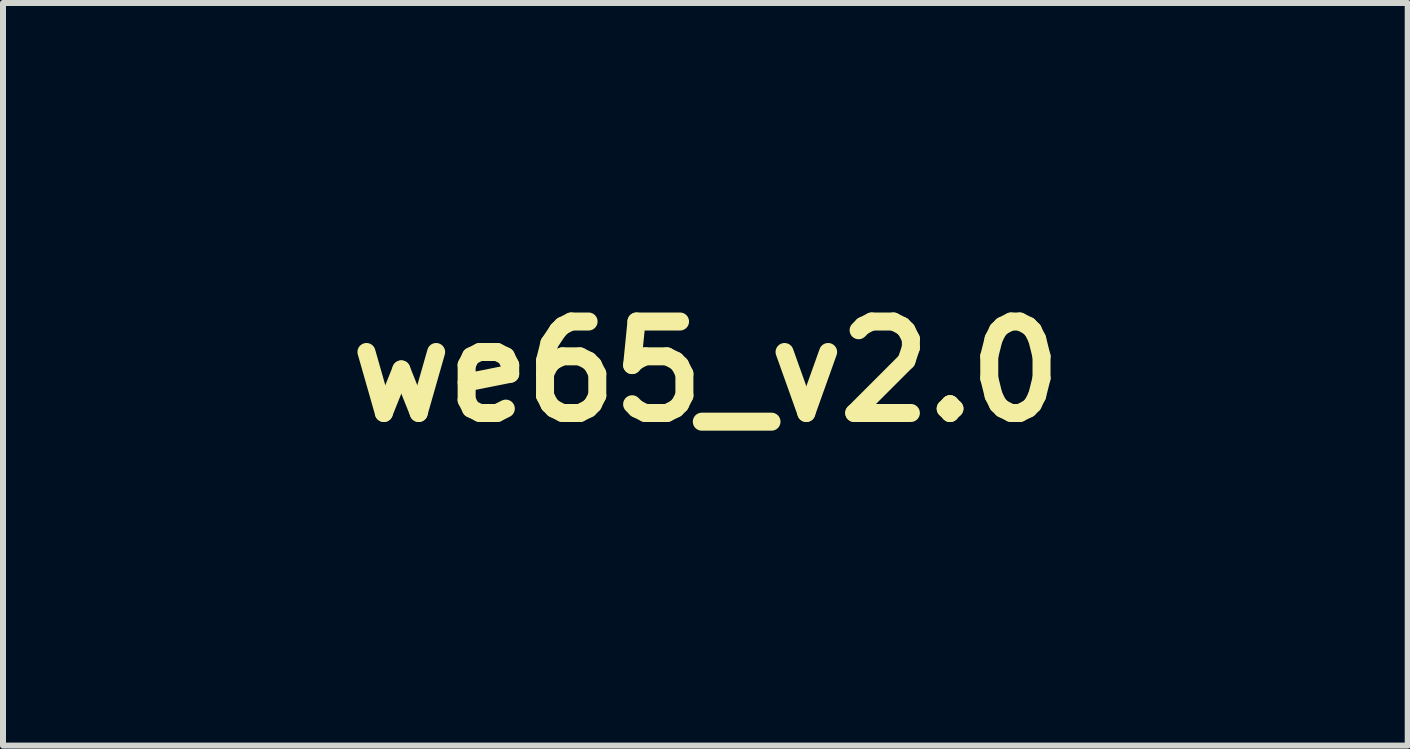
<source format=kicad_pcb>
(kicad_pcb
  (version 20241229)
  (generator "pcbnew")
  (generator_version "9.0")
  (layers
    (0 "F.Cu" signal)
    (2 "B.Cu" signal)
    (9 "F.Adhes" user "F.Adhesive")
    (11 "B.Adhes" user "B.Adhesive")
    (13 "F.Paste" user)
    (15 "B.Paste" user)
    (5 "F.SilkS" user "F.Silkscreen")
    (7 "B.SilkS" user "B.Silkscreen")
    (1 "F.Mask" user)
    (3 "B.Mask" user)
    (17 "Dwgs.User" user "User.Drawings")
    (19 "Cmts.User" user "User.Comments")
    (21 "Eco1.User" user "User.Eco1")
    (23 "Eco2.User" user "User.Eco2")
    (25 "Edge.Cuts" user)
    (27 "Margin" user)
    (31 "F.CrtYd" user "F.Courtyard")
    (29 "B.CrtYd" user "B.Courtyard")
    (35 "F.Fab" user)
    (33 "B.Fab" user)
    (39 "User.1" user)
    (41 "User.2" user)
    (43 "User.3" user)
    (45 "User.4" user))
  (footprint "we65_v2.0"
    (layer "F.Cu")
    (at 8.717 3.142)
    (property "Reference" "we65_v2.0" (at 0 0 0) (layer "F.SilkS") (effects (font (size 1.524 1.524) (thickness 0.3))))
    (attr through_hole)
    (fp_poly (pts (xy 6.061 0.11) (xy 6.099 0.141) (xy 6.129 0.202) (xy 6.119 0.263) (xy 6.077 0.308) (xy 6.028 0.323) (xy 5.968 0.319) (xy 5.929 0.301) (xy 5.901 0.245) (xy 5.908 0.182) (xy 5.941 0.127) (xy 5.995 0.096) (xy 6.014 0.094) (xy 6.061 0.11)) (stroke (width 0.01) (type solid)) (fill yes) (layer "F.Mask"))
    (fp_poly (pts (xy -6.475 1.939) (xy -6.421 1.987) (xy -6.394 2.054) (xy -6.4 2.125) (xy -6.442 2.19) (xy -6.453 2.199) (xy -6.527 2.24) (xy -6.594 2.238) (xy -6.661 2.19) (xy -6.661 2.19) (xy -6.709 2.123) (xy -6.712 2.056) (xy -6.67 1.981) (xy -6.67 1.981) (xy -6.606 1.93) (xy -6.553 1.92) (xy -6.475 1.939)) (stroke (width 0.01) (type solid)) (fill yes) (layer "F.Mask"))
    (fp_poly (pts (xy -0.428 1.434) (xy -0.176 1.685) (xy -0.421 1.931) (xy -0.508 2.017) (xy -0.583 2.091) (xy -0.64 2.145) (xy -0.673 2.174) (xy -0.679 2.177) (xy -0.699 2.161) (xy -0.746 2.118) (xy -0.813 2.053) (xy -0.895 1.972) (xy -0.937 1.931) (xy -1.182 1.685) (xy -0.93 1.434) (xy -0.679 1.182) (xy -0.428 1.434)) (stroke (width 0.01) (type solid)) (fill yes) (layer "F.Mask"))
    (fp_poly (pts (xy 6.363 -0.729) (xy 6.445 -0.671) (xy 6.482 -0.616) (xy 6.507 -0.521) (xy 6.493 -0.423) (xy 6.445 -0.336) (xy 6.369 -0.274) (xy 6.355 -0.267) (xy 6.283 -0.242) (xy 6.228 -0.239) (xy 6.165 -0.258) (xy 6.142 -0.268) (xy 6.056 -0.328) (xy 6.006 -0.412) (xy 5.993 -0.513) (xy 6.022 -0.62) (xy 6.028 -0.633) (xy 6.078 -0.7) (xy 6.145 -0.737) (xy 6.243 -0.749) (xy 6.255 -0.749) (xy 6.363 -0.729)) (stroke (width 0.01) (type solid)) (fill yes) (layer "F.Mask"))
    (fp_poly (pts (xy -0.957 -1.506) (xy -0.836 -1.47) (xy -0.729 -1.403) (xy -0.643 -1.309) (xy -0.584 -1.191) (xy -0.562 -1.053) (xy -0.562 -1.045) (xy -0.584 -0.911) (xy -0.645 -0.785) (xy -0.737 -0.678) (xy -0.824 -0.618) (xy -0.903 -0.594) (xy -1.005 -0.585) (xy -1.113 -0.59) (xy -1.207 -0.609) (xy -1.252 -0.629) (xy -1.37 -0.726) (xy -1.449 -0.842) (xy -1.49 -0.97) (xy -1.491 -1.103) (xy -1.452 -1.233) (xy -1.373 -1.352) (xy -1.327 -1.398) (xy -1.209 -1.474) (xy -1.084 -1.509) (xy -0.957 -1.506)) (stroke (width 0.01) (type solid)) (fill yes) (layer "F.Mask"))
    (fp_poly (pts (xy -7.163 1.129) (xy -7.052 1.146) (xy -6.971 1.178) (xy -6.911 1.23) (xy -6.864 1.305) (xy -6.857 1.32) (xy -6.82 1.44) (xy -6.825 1.55) (xy -6.874 1.653) (xy -6.966 1.753) (xy -7.064 1.826) (xy -7.222 1.931) (xy -7.017 1.938) (xy -6.812 1.945) (xy -6.812 2.224) (xy -7.111 2.222) (xy -7.229 2.22) (xy -7.333 2.216) (xy -7.413 2.209) (xy -7.457 2.202) (xy -7.459 2.201) (xy -7.529 2.151) (xy -7.583 2.073) (xy -7.608 1.988) (xy -7.608 1.976) (xy -7.6 1.919) (xy -7.572 1.864) (xy -7.519 1.804) (xy -7.436 1.734) (xy -7.327 1.655) (xy -7.222 1.572) (xy -7.16 1.505) (xy -7.142 1.453) (xy -7.169 1.415) (xy -7.241 1.391) (xy -7.357 1.382) (xy -7.39 1.381) (xy -7.561 1.381) (xy -7.561 1.124) (xy -7.313 1.124) (xy -7.163 1.129)) (stroke (width 0.01) (type solid)) (fill yes) (layer "F.Mask"))
    (fp_poly (pts (xy 1.498 1.129) (xy 1.61 1.146) (xy 1.691 1.178) (xy 1.751 1.23) (xy 1.798 1.305) (xy 1.805 1.32) (xy 1.842 1.44) (xy 1.836 1.55) (xy 1.788 1.653) (xy 1.695 1.753) (xy 1.598 1.826) (xy 1.44 1.931) (xy 1.645 1.938) (xy 1.849 1.945) (xy 1.849 2.224) (xy 1.551 2.222) (xy 1.433 2.22) (xy 1.329 2.216) (xy 1.249 2.209) (xy 1.205 2.202) (xy 1.203 2.201) (xy 1.133 2.151) (xy 1.079 2.073) (xy 1.054 1.988) (xy 1.053 1.976) (xy 1.062 1.919) (xy 1.089 1.864) (xy 1.142 1.804) (xy 1.226 1.734) (xy 1.334 1.655) (xy 1.44 1.572) (xy 1.502 1.505) (xy 1.519 1.453) (xy 1.493 1.415) (xy 1.421 1.391) (xy 1.305 1.382) (xy 1.271 1.381) (xy 1.1 1.381) (xy 1.1 1.124) (xy 1.349 1.124) (xy 1.498 1.129)) (stroke (width 0.01) (type solid)) (fill yes) (layer "F.Mask"))
    (fp_poly (pts (xy 3.488 1.129) (xy 3.599 1.146) (xy 3.681 1.178) (xy 3.741 1.23) (xy 3.787 1.305) (xy 3.795 1.32) (xy 3.831 1.44) (xy 3.826 1.55) (xy 3.778 1.653) (xy 3.685 1.753) (xy 3.588 1.826) (xy 3.43 1.931) (xy 3.634 1.938) (xy 3.839 1.945) (xy 3.839 2.224) (xy 3.541 2.222) (xy 3.423 2.22) (xy 3.319 2.216) (xy 3.239 2.209) (xy 3.194 2.202) (xy 3.193 2.201) (xy 3.122 2.151) (xy 3.068 2.073) (xy 3.044 1.988) (xy 3.043 1.976) (xy 3.051 1.919) (xy 3.079 1.864) (xy 3.132 1.804) (xy 3.216 1.734) (xy 3.324 1.655) (xy 3.43 1.572) (xy 3.492 1.505) (xy 3.509 1.453) (xy 3.482 1.415) (xy 3.411 1.391) (xy 3.295 1.382) (xy 3.261 1.381) (xy 3.09 1.381) (xy 3.09 1.124) (xy 3.339 1.124) (xy 3.488 1.129)) (stroke (width 0.01) (type solid)) (fill yes) (layer "F.Mask"))
    (fp_poly (pts (xy 6.333 -1.598) (xy 6.485 -1.579) (xy 6.608 -1.548) (xy 6.794 -1.463) (xy 6.964 -1.346) (xy 7.107 -1.202) (xy 7.214 -1.04) (xy 7.236 -0.995) (xy 7.267 -0.886) (xy 7.257 -0.795) (xy 7.21 -0.728) (xy 7.128 -0.688) (xy 7.054 -0.68) (xy 6.982 -0.686) (xy 6.934 -0.713) (xy 6.906 -0.743) (xy 6.862 -0.802) (xy 6.809 -0.876) (xy 6.788 -0.907) (xy 6.686 -1.02) (xy 6.556 -1.103) (xy 6.397 -1.159) (xy 6.311 -1.179) (xy 6.248 -1.185) (xy 6.183 -1.177) (xy 6.104 -1.157) (xy 5.98 -1.125) (xy 5.89 -1.108) (xy 5.825 -1.107) (xy 5.777 -1.121) (xy 5.735 -1.15) (xy 5.729 -1.156) (xy 5.68 -1.229) (xy 5.664 -1.319) (xy 5.681 -1.406) (xy 5.706 -1.449) (xy 5.781 -1.507) (xy 5.89 -1.552) (xy 6.025 -1.583) (xy 6.176 -1.599) (xy 6.333 -1.598)) (stroke (width 0.01) (type solid)) (fill yes) (layer "F.Mask"))
    (fp_poly (pts (xy 8.273 -0.115) (xy 8.352 -0.113) (xy 8.409 -0.108) (xy 8.449 -0.101) (xy 8.479 -0.091) (xy 8.504 -0.077) (xy 8.522 -0.065) (xy 8.611 0.019) (xy 8.664 0.121) (xy 8.681 0.232) (xy 8.662 0.342) (xy 8.609 0.441) (xy 8.521 0.519) (xy 8.486 0.538) (xy 8.451 0.554) (xy 8.412 0.565) (xy 8.363 0.574) (xy 8.297 0.579) (xy 8.208 0.583) (xy 8.087 0.585) (xy 7.929 0.585) (xy 7.863 0.585) (xy 7.692 0.585) (xy 7.561 0.584) (xy 7.462 0.581) (xy 7.39 0.577) (xy 7.337 0.57) (xy 7.297 0.56) (xy 7.261 0.546) (xy 7.235 0.533) (xy 7.135 0.458) (xy 7.072 0.363) (xy 7.046 0.253) (xy 7.059 0.139) (xy 7.111 0.028) (xy 7.175 -0.047) (xy 7.237 -0.105) (xy 7.839 -0.112) (xy 8.022 -0.114) (xy 8.165 -0.115) (xy 8.273 -0.115)) (stroke (width 0.01) (type solid)) (fill yes) (layer "F.Mask"))
    (fp_poly (pts (xy 7.4 1.403) (xy 7.525 1.464) (xy 7.626 1.557) (xy 7.672 1.626) (xy 7.699 1.715) (xy 7.707 1.824) (xy 7.696 1.931) (xy 7.671 2.005) (xy 7.593 2.108) (xy 7.484 2.188) (xy 7.357 2.235) (xy 7.257 2.246) (xy 7.197 2.238) (xy 7.122 2.218) (xy 7.108 2.213) (xy 6.986 2.147) (xy 6.896 2.052) (xy 6.839 1.937) (xy 6.82 1.817) (xy 7.117 1.817) (xy 7.137 1.888) (xy 7.188 1.939) (xy 7.257 1.963) (xy 7.329 1.954) (xy 7.358 1.937) (xy 7.4 1.879) (xy 7.413 1.804) (xy 7.394 1.73) (xy 7.381 1.711) (xy 7.32 1.667) (xy 7.251 1.66) (xy 7.186 1.685) (xy 7.137 1.737) (xy 7.117 1.812) (xy 7.117 1.817) (xy 6.82 1.817) (xy 6.818 1.809) (xy 6.838 1.679) (xy 6.885 1.577) (xy 6.946 1.511) (xy 7.037 1.451) (xy 7.141 1.405) (xy 7.241 1.382) (xy 7.262 1.381) (xy 7.4 1.403)) (stroke (width 0.01) (type solid)) (fill yes) (layer "F.Mask"))
    (fp_poly (pts (xy 4.778 -0.064) (xy 4.867 0.02) (xy 4.919 0.122) (xy 4.935 0.233) (xy 4.916 0.342) (xy 4.862 0.441) (xy 4.774 0.52) (xy 4.741 0.538) (xy 4.73 0.543) (xy 4.719 0.548) (xy 4.705 0.552) (xy 4.686 0.555) (xy 4.66 0.559) (xy 4.627 0.562) (xy 4.585 0.565) (xy 4.531 0.568) (xy 4.464 0.57) (xy 4.383 0.572) (xy 4.286 0.574) (xy 4.171 0.576) (xy 4.036 0.577) (xy 3.881 0.579) (xy 3.702 0.58) (xy 3.5 0.581) (xy 3.271 0.582) (xy 3.015 0.583) (xy 2.729 0.583) (xy 2.413 0.584) (xy 2.064 0.584) (xy 1.68 0.585) (xy 1.261 0.585) (xy 0.804 0.585) (xy 0.309 0.585) (xy -0.228 0.585) (xy -0.807 0.585) (xy -1.431 0.585) (xy -1.852 0.585) (xy -8.347 0.585) (xy -8.45 0.533) (xy -8.55 0.458) (xy -8.613 0.363) (xy -8.639 0.253) (xy -8.626 0.139) (xy -8.574 0.028) (xy -8.51 -0.047) (xy -8.447 -0.105) (xy 4.698 -0.117) (xy 4.778 -0.064)) (stroke (width 0.01) (type solid)) (fill yes) (layer "F.Mask"))
    (fp_poly (pts (xy 6.476 -3.016) (xy 6.644 -2.997) (xy 6.955 -2.926) (xy 7.255 -2.815) (xy 7.54 -2.669) (xy 7.805 -2.49) (xy 8.043 -2.284) (xy 8.251 -2.053) (xy 8.422 -1.801) (xy 8.512 -1.629) (xy 8.55 -1.527) (xy 8.558 -1.449) (xy 8.535 -1.38) (xy 8.504 -1.337) (xy 8.444 -1.295) (xy 8.361 -1.275) (xy 8.278 -1.28) (xy 8.245 -1.292) (xy 8.208 -1.325) (xy 8.161 -1.388) (xy 8.114 -1.467) (xy 8.111 -1.473) (xy 7.95 -1.73) (xy 7.752 -1.962) (xy 7.523 -2.165) (xy 7.267 -2.333) (xy 6.99 -2.463) (xy 6.883 -2.501) (xy 6.583 -2.572) (xy 6.279 -2.6) (xy 5.974 -2.583) (xy 5.677 -2.521) (xy 5.485 -2.456) (xy 5.369 -2.414) (xy 5.285 -2.394) (xy 5.221 -2.395) (xy 5.168 -2.419) (xy 5.125 -2.456) (xy 5.067 -2.538) (xy 5.055 -2.619) (xy 5.088 -2.697) (xy 5.166 -2.771) (xy 5.279 -2.834) (xy 5.483 -2.909) (xy 5.718 -2.967) (xy 5.971 -3.005) (xy 6.228 -3.022) (xy 6.476 -3.016)) (stroke (width 0.01) (type solid)) (fill yes) (layer "F.Mask"))
    (fp_poly (pts (xy 6.344 -2.311) (xy 6.628 -2.274) (xy 6.897 -2.196) (xy 7.153 -2.074) (xy 7.367 -1.935) (xy 7.478 -1.842) (xy 7.588 -1.73) (xy 7.69 -1.607) (xy 7.78 -1.482) (xy 7.851 -1.362) (xy 7.897 -1.255) (xy 7.913 -1.174) (xy 7.892 -1.09) (xy 7.838 -1.023) (xy 7.762 -0.98) (xy 7.677 -0.969) (xy 7.609 -0.989) (xy 7.569 -1.024) (xy 7.519 -1.087) (xy 7.469 -1.164) (xy 7.323 -1.379) (xy 7.151 -1.556) (xy 6.95 -1.697) (xy 6.716 -1.805) (xy 6.699 -1.811) (xy 6.601 -1.845) (xy 6.52 -1.866) (xy 6.44 -1.877) (xy 6.344 -1.882) (xy 6.239 -1.882) (xy 6.11 -1.879) (xy 6.011 -1.871) (xy 5.927 -1.855) (xy 5.839 -1.83) (xy 5.806 -1.818) (xy 5.711 -1.788) (xy 5.623 -1.766) (xy 5.559 -1.756) (xy 5.553 -1.756) (xy 5.468 -1.776) (xy 5.405 -1.828) (xy 5.368 -1.901) (xy 5.363 -1.984) (xy 5.393 -2.066) (xy 5.414 -2.093) (xy 5.493 -2.154) (xy 5.61 -2.208) (xy 5.755 -2.253) (xy 5.922 -2.287) (xy 6.099 -2.308) (xy 6.279 -2.313) (xy 6.344 -2.311)) (stroke (width 0.01) (type solid)) (fill yes) (layer "F.Mask"))
    (fp_poly (pts (xy 3.652 -2.506) (xy 3.178 -2.5) (xy 2.704 -2.493) (xy 2.697 -2.374) (xy 2.69 -2.254) (xy 2.946 -2.242) (xy 3.075 -2.234) (xy 3.171 -2.222) (xy 3.248 -2.203) (xy 3.321 -2.175) (xy 3.332 -2.17) (xy 3.497 -2.071) (xy 3.632 -1.941) (xy 3.73 -1.785) (xy 3.733 -1.776) (xy 3.765 -1.702) (xy 3.783 -1.64) (xy 3.791 -1.573) (xy 3.79 -1.485) (xy 3.788 -1.419) (xy 3.77 -1.251) (xy 3.729 -1.114) (xy 3.66 -0.994) (xy 3.557 -0.877) (xy 3.537 -0.859) (xy 3.474 -0.801) (xy 3.416 -0.754) (xy 3.359 -0.718) (xy 3.296 -0.69) (xy 3.221 -0.67) (xy 3.127 -0.657) (xy 3.009 -0.648) (xy 2.861 -0.642) (xy 2.675 -0.639) (xy 2.546 -0.637) (xy 1.896 -0.629) (xy 1.896 -1.264) (xy 2.384 -1.264) (xy 2.575 -1.265) (xy 2.725 -1.269) (xy 2.839 -1.276) (xy 2.922 -1.288) (xy 2.98 -1.305) (xy 3.018 -1.327) (xy 3.042 -1.356) (xy 3.044 -1.359) (xy 3.068 -1.444) (xy 3.053 -1.527) (xy 3.005 -1.59) (xy 2.981 -1.607) (xy 2.954 -1.619) (xy 2.915 -1.628) (xy 2.859 -1.633) (xy 2.778 -1.637) (xy 2.666 -1.638) (xy 2.516 -1.639) (xy 2.467 -1.639) (xy 1.99 -1.639) (xy 1.99 -3.137) (xy 3.652 -3.137) (xy 3.652 -2.506)) (stroke (width 0.01) (type solid)) (fill yes) (layer "F.Mask"))
    (fp_poly (pts (xy -7.785 1.405) (xy -7.726 1.408) (xy -7.702 1.411) (xy -7.702 1.411) (xy -7.709 1.439) (xy -7.729 1.501) (xy -7.758 1.589) (xy -7.794 1.694) (xy -7.832 1.805) (xy -7.87 1.915) (xy -7.905 2.013) (xy -7.933 2.09) (xy -7.952 2.138) (xy -7.956 2.147) (xy -8.001 2.192) (xy -8.074 2.227) (xy -8.155 2.246) (xy -8.179 2.246) (xy -8.237 2.235) (xy -8.29 2.212) (xy -8.341 2.174) (xy -8.369 2.137) (xy -8.382 2.102) (xy -8.405 2.035) (xy -8.436 1.944) (xy -8.472 1.839) (xy -8.51 1.729) (xy -8.546 1.622) (xy -8.577 1.529) (xy -8.601 1.457) (xy -8.614 1.417) (xy -8.615 1.411) (xy -8.594 1.408) (xy -8.537 1.406) (xy -8.458 1.405) (xy -8.453 1.405) (xy -8.364 1.407) (xy -8.312 1.414) (xy -8.287 1.43) (xy -8.279 1.446) (xy -8.269 1.485) (xy -8.252 1.558) (xy -8.231 1.653) (xy -8.216 1.716) (xy -8.194 1.811) (xy -8.175 1.885) (xy -8.16 1.928) (xy -8.154 1.935) (xy -8.145 1.909) (xy -8.128 1.847) (xy -8.108 1.762) (xy -8.098 1.717) (xy -8.077 1.618) (xy -8.058 1.531) (xy -8.044 1.471) (xy -8.041 1.457) (xy -8.031 1.43) (xy -8.008 1.414) (xy -7.963 1.407) (xy -7.883 1.405) (xy -7.865 1.405) (xy -7.785 1.405)) (stroke (width 0.01) (type solid)) (fill yes) (layer "F.Mask"))
    (fp_poly (pts (xy 8.579 1.405) (xy 8.637 1.408) (xy 8.662 1.411) (xy 8.662 1.411) (xy 8.654 1.439) (xy 8.635 1.501) (xy 8.605 1.589) (xy 8.57 1.694) (xy 8.531 1.805) (xy 8.493 1.915) (xy 8.459 2.013) (xy 8.43 2.09) (xy 8.412 2.138) (xy 8.408 2.147) (xy 8.363 2.192) (xy 8.29 2.227) (xy 8.208 2.246) (xy 8.184 2.246) (xy 8.127 2.235) (xy 8.073 2.212) (xy 8.023 2.174) (xy 7.995 2.137) (xy 7.982 2.102) (xy 7.958 2.035) (xy 7.927 1.944) (xy 7.891 1.839) (xy 7.854 1.729) (xy 7.818 1.622) (xy 7.787 1.529) (xy 7.763 1.457) (xy 7.75 1.417) (xy 7.749 1.411) (xy 7.77 1.408) (xy 7.827 1.406) (xy 7.906 1.405) (xy 7.911 1.405) (xy 7.999 1.407) (xy 8.051 1.414) (xy 8.077 1.43) (xy 8.085 1.446) (xy 8.095 1.485) (xy 8.112 1.558) (xy 8.133 1.653) (xy 8.147 1.716) (xy 8.169 1.811) (xy 8.189 1.885) (xy 8.204 1.928) (xy 8.209 1.935) (xy 8.219 1.909) (xy 8.235 1.847) (xy 8.255 1.762) (xy 8.265 1.717) (xy 8.287 1.618) (xy 8.306 1.531) (xy 8.319 1.471) (xy 8.322 1.457) (xy 8.333 1.43) (xy 8.355 1.414) (xy 8.401 1.407) (xy 8.48 1.405) (xy 8.498 1.405) (xy 8.579 1.405)) (stroke (width 0.01) (type solid)) (fill yes) (layer "F.Mask"))
    (fp_poly (pts (xy -2.673 -3) (xy -2.455 -2.94) (xy -2.264 -2.845) (xy -2.101 -2.717) (xy -1.969 -2.557) (xy -1.871 -2.371) (xy -1.808 -2.159) (xy -1.784 -1.925) (xy -1.793 -1.72) (xy -1.814 -1.533) (xy -2.535 -1.527) (xy -3.255 -1.521) (xy -3.22 -1.454) (xy -3.192 -1.411) (xy -3.155 -1.377) (xy -3.102 -1.351) (xy -3.028 -1.333) (xy -2.928 -1.321) (xy -2.795 -1.314) (xy -2.625 -1.311) (xy -2.504 -1.311) (xy -2.013 -1.311) (xy -2.013 -0.632) (xy -2.511 -0.634) (xy -2.707 -0.637) (xy -2.88 -0.642) (xy -3.022 -0.651) (xy -3.126 -0.661) (xy -3.16 -0.667) (xy -3.396 -0.734) (xy -3.606 -0.833) (xy -3.785 -0.962) (xy -3.932 -1.117) (xy -4.042 -1.295) (xy -4.112 -1.494) (xy -4.117 -1.517) (xy -4.138 -1.672) (xy -4.142 -1.848) (xy -4.13 -2.013) (xy -3.298 -2.013) (xy -2.574 -2.013) (xy -2.59 -2.078) (xy -2.635 -2.195) (xy -2.706 -2.276) (xy -2.809 -2.322) (xy -2.899 -2.336) (xy -3.036 -2.331) (xy -3.142 -2.29) (xy -3.22 -2.213) (xy -3.273 -2.098) (xy -3.277 -2.086) (xy -3.298 -2.013) (xy -4.13 -2.013) (xy -4.129 -2.024) (xy -4.118 -2.097) (xy -4.057 -2.306) (xy -3.957 -2.495) (xy -3.822 -2.66) (xy -3.656 -2.798) (xy -3.464 -2.906) (xy -3.25 -2.979) (xy -3.017 -3.016) (xy -2.915 -3.02) (xy -2.673 -3)) (stroke (width 0.01) (type solid)) (fill yes) (layer "F.Mask"))
    (fp_poly (pts (xy -5.629 1.119) (xy -5.513 1.169) (xy -5.419 1.25) (xy -5.404 1.269) (xy -5.382 1.304) (xy -5.367 1.34) (xy -5.357 1.386) (xy -5.352 1.454) (xy -5.35 1.55) (xy -5.349 1.664) (xy -5.35 1.792) (xy -5.352 1.883) (xy -5.357 1.945) (xy -5.367 1.989) (xy -5.383 2.023) (xy -5.407 2.058) (xy -5.412 2.064) (xy -5.475 2.129) (xy -5.55 2.182) (xy -5.564 2.19) (xy -5.664 2.222) (xy -5.78 2.239) (xy -5.892 2.237) (xy -5.954 2.225) (xy -6.054 2.175) (xy -6.146 2.098) (xy -6.21 2.01) (xy -6.212 2.005) (xy -6.231 1.95) (xy -6.243 1.874) (xy -6.249 1.767) (xy -6.25 1.668) (xy -5.946 1.668) (xy -5.945 1.764) (xy -5.938 1.826) (xy -5.922 1.868) (xy -5.896 1.902) (xy -5.889 1.909) (xy -5.839 1.948) (xy -5.797 1.966) (xy -5.794 1.966) (xy -5.753 1.951) (xy -5.703 1.913) (xy -5.699 1.909) (xy -5.67 1.874) (xy -5.653 1.835) (xy -5.644 1.778) (xy -5.642 1.69) (xy -5.642 1.668) (xy -5.647 1.544) (xy -5.666 1.459) (xy -5.7 1.407) (xy -5.754 1.384) (xy -5.794 1.381) (xy -5.86 1.392) (xy -5.905 1.426) (xy -5.932 1.492) (xy -5.945 1.594) (xy -5.946 1.668) (xy -6.25 1.668) (xy -6.25 1.659) (xy -6.249 1.538) (xy -6.244 1.452) (xy -6.235 1.391) (xy -6.218 1.342) (xy -6.197 1.301) (xy -6.119 1.208) (xy -6.013 1.143) (xy -5.89 1.106) (xy -5.758 1.098) (xy -5.629 1.119)) (stroke (width 0.01) (type solid)) (fill yes) (layer "F.Mask"))
    (fp_poly (pts (xy 2.611 1.119) (xy 2.727 1.169) (xy 2.821 1.25) (xy 2.837 1.269) (xy 2.859 1.304) (xy 2.874 1.34) (xy 2.883 1.386) (xy 2.889 1.454) (xy 2.891 1.55) (xy 2.891 1.664) (xy 2.891 1.792) (xy 2.889 1.883) (xy 2.883 1.945) (xy 2.873 1.989) (xy 2.857 2.023) (xy 2.833 2.058) (xy 2.828 2.064) (xy 2.765 2.129) (xy 2.691 2.182) (xy 2.676 2.19) (xy 2.577 2.222) (xy 2.46 2.239) (xy 2.348 2.237) (xy 2.287 2.225) (xy 2.186 2.175) (xy 2.095 2.098) (xy 2.031 2.01) (xy 2.028 2.005) (xy 2.009 1.95) (xy 1.997 1.874) (xy 1.991 1.767) (xy 1.99 1.668) (xy 2.294 1.668) (xy 2.296 1.764) (xy 2.303 1.826) (xy 2.318 1.868) (xy 2.345 1.902) (xy 2.352 1.909) (xy 2.401 1.948) (xy 2.444 1.966) (xy 2.446 1.966) (xy 2.487 1.951) (xy 2.537 1.913) (xy 2.541 1.909) (xy 2.571 1.874) (xy 2.588 1.835) (xy 2.596 1.778) (xy 2.598 1.69) (xy 2.599 1.668) (xy 2.593 1.544) (xy 2.575 1.459) (xy 2.54 1.407) (xy 2.486 1.384) (xy 2.446 1.381) (xy 2.38 1.392) (xy 2.335 1.426) (xy 2.308 1.492) (xy 2.296 1.594) (xy 2.294 1.668) (xy 1.99 1.668) (xy 1.99 1.659) (xy 1.992 1.538) (xy 1.996 1.452) (xy 2.006 1.391) (xy 2.022 1.342) (xy 2.043 1.301) (xy 2.121 1.208) (xy 2.227 1.143) (xy 2.351 1.106) (xy 2.482 1.098) (xy 2.611 1.119)) (stroke (width 0.01) (type solid)) (fill yes) (layer "F.Mask"))
    (fp_poly (pts (xy 4.601 1.119) (xy 4.717 1.169) (xy 4.811 1.25) (xy 4.826 1.269) (xy 4.848 1.304) (xy 4.864 1.34) (xy 4.873 1.386) (xy 4.878 1.454) (xy 4.881 1.55) (xy 4.881 1.664) (xy 4.881 1.792) (xy 4.879 1.883) (xy 4.873 1.945) (xy 4.863 1.989) (xy 4.847 2.023) (xy 4.823 2.058) (xy 4.818 2.064) (xy 4.755 2.129) (xy 4.681 2.182) (xy 4.666 2.19) (xy 4.566 2.222) (xy 4.45 2.239) (xy 4.338 2.237) (xy 4.277 2.225) (xy 4.176 2.175) (xy 4.085 2.098) (xy 4.02 2.01) (xy 4.018 2.005) (xy 3.999 1.95) (xy 3.987 1.874) (xy 3.981 1.767) (xy 3.98 1.668) (xy 4.284 1.668) (xy 4.286 1.764) (xy 4.293 1.826) (xy 4.308 1.868) (xy 4.335 1.902) (xy 4.342 1.909) (xy 4.391 1.948) (xy 4.434 1.966) (xy 4.436 1.966) (xy 4.477 1.951) (xy 4.527 1.913) (xy 4.531 1.909) (xy 4.56 1.874) (xy 4.578 1.835) (xy 4.586 1.778) (xy 4.588 1.69) (xy 4.588 1.668) (xy 4.583 1.544) (xy 4.564 1.459) (xy 4.53 1.407) (xy 4.476 1.384) (xy 4.436 1.381) (xy 4.37 1.392) (xy 4.325 1.426) (xy 4.298 1.492) (xy 4.286 1.594) (xy 4.284 1.668) (xy 3.98 1.668) (xy 3.98 1.659) (xy 3.981 1.538) (xy 3.986 1.452) (xy 3.996 1.391) (xy 4.012 1.342) (xy 4.033 1.301) (xy 4.111 1.208) (xy 4.217 1.143) (xy 4.341 1.106) (xy 4.472 1.098) (xy 4.601 1.119)) (stroke (width 0.01) (type solid)) (fill yes) (layer "F.Mask"))
    (fp_poly (pts (xy 5.977 1.115) (xy 6.08 1.162) (xy 6.166 1.242) (xy 6.192 1.275) (xy 6.209 1.308) (xy 6.22 1.351) (xy 6.225 1.413) (xy 6.227 1.505) (xy 6.227 1.6) (xy 6.229 1.737) (xy 6.235 1.834) (xy 6.245 1.896) (xy 6.263 1.93) (xy 6.289 1.941) (xy 6.312 1.939) (xy 6.328 1.933) (xy 6.34 1.917) (xy 6.348 1.885) (xy 6.354 1.83) (xy 6.358 1.745) (xy 6.361 1.625) (xy 6.362 1.527) (xy 6.369 1.124) (xy 6.695 1.124) (xy 6.695 1.553) (xy 6.695 1.706) (xy 6.694 1.82) (xy 6.69 1.901) (xy 6.684 1.959) (xy 6.675 2) (xy 6.661 2.032) (xy 6.642 2.062) (xy 6.576 2.133) (xy 6.484 2.194) (xy 6.385 2.235) (xy 6.31 2.246) (xy 6.239 2.237) (xy 6.16 2.217) (xy 6.151 2.214) (xy 6.066 2.177) (xy 6.004 2.132) (xy 5.963 2.071) (xy 5.938 1.986) (xy 5.926 1.869) (xy 5.923 1.726) (xy 5.92 1.581) (xy 5.909 1.478) (xy 5.89 1.414) (xy 5.861 1.386) (xy 5.822 1.388) (xy 5.821 1.388) (xy 5.807 1.399) (xy 5.797 1.422) (xy 5.79 1.464) (xy 5.785 1.531) (xy 5.783 1.631) (xy 5.782 1.77) (xy 5.782 1.814) (xy 5.782 2.224) (xy 5.455 2.224) (xy 5.455 1.783) (xy 5.455 1.628) (xy 5.456 1.512) (xy 5.459 1.428) (xy 5.465 1.369) (xy 5.474 1.327) (xy 5.487 1.295) (xy 5.505 1.265) (xy 5.508 1.262) (xy 5.595 1.172) (xy 5.711 1.118) (xy 5.848 1.1) (xy 5.977 1.115)) (stroke (width 0.01) (type solid)) (fill yes) (layer "F.Mask"))
    (fp_poly (pts (xy 1.096 -3.136) (xy 1.209 -3.134) (xy 1.284 -3.13) (xy 1.327 -3.123) (xy 1.344 -3.114) (xy 1.343 -3.108) (xy 1.325 -3.079) (xy 1.286 -3.018) (xy 1.23 -2.933) (xy 1.163 -2.829) (xy 1.105 -2.739) (xy 1.032 -2.627) (xy 0.968 -2.527) (xy 0.917 -2.447) (xy 0.884 -2.393) (xy 0.874 -2.374) (xy 0.888 -2.354) (xy 0.944 -2.338) (xy 0.979 -2.332) (xy 1.147 -2.288) (xy 1.307 -2.204) (xy 1.449 -2.09) (xy 1.565 -1.951) (xy 1.64 -1.807) (xy 1.664 -1.734) (xy 1.678 -1.663) (xy 1.683 -1.58) (xy 1.682 -1.468) (xy 1.681 -1.44) (xy 1.675 -1.325) (xy 1.666 -1.243) (xy 1.649 -1.178) (xy 1.623 -1.118) (xy 1.605 -1.082) (xy 1.488 -0.917) (xy 1.34 -0.783) (xy 1.164 -0.684) (xy 0.964 -0.62) (xy 0.743 -0.592) (xy 0.506 -0.603) (xy 0.445 -0.612) (xy 0.262 -0.662) (xy 0.092 -0.749) (xy -0.058 -0.865) (xy -0.177 -1.005) (xy -0.232 -1.1) (xy -0.258 -1.16) (xy -0.276 -1.216) (xy -0.286 -1.278) (xy -0.291 -1.36) (xy -0.293 -1.474) (xy 0.407 -1.474) (xy 0.432 -1.383) (xy 0.488 -1.309) (xy 0.566 -1.256) (xy 0.659 -1.23) (xy 0.76 -1.237) (xy 0.859 -1.281) (xy 0.866 -1.286) (xy 0.94 -1.364) (xy 0.975 -1.458) (xy 0.97 -1.558) (xy 0.925 -1.655) (xy 0.891 -1.695) (xy 0.84 -1.739) (xy 0.79 -1.76) (xy 0.72 -1.767) (xy 0.692 -1.767) (xy 0.577 -1.751) (xy 0.492 -1.701) (xy 0.434 -1.613) (xy 0.42 -1.577) (xy 0.407 -1.474) (xy -0.293 -1.474) (xy -0.293 -1.474) (xy -0.293 -1.51) (xy -0.293 -1.792) (xy -0.18 -2.024) (xy -0.133 -2.115) (xy -0.064 -2.234) (xy 0.019 -2.372) (xy 0.111 -2.519) (xy 0.206 -2.664) (xy 0.228 -2.696) (xy 0.524 -3.137) (xy 0.942 -3.137) (xy 1.096 -3.136)) (stroke (width 0.01) (type solid)) (fill yes) (layer "F.Mask"))
    (fp_poly (pts (xy 0.892 2.76) (xy 1.439 2.761) (xy 1.98 2.761) (xy 2.515 2.761) (xy 3.04 2.762) (xy 3.554 2.762) (xy 4.055 2.763) (xy 4.541 2.764) (xy 5.01 2.765) (xy 5.46 2.766) (xy 5.888 2.767) (xy 6.294 2.768) (xy 6.674 2.77) (xy 7.027 2.771) (xy 7.351 2.773) (xy 7.643 2.774) (xy 7.903 2.776) (xy 8.128 2.778) (xy 8.315 2.78) (xy 8.463 2.782) (xy 8.57 2.784) (xy 8.634 2.786) (xy 8.653 2.788) (xy 8.673 2.83) (xy 8.684 2.914) (xy 8.685 2.984) (xy 8.682 3.08) (xy 8.673 3.141) (xy 8.654 3.18) (xy 8.642 3.192) (xy 8.578 3.227) (xy 8.517 3.216) (xy 8.488 3.194) (xy 8.462 3.146) (xy 8.451 3.08) (xy 8.451 3.077) (xy 8.451 2.996) (xy -0.057 2.996) (xy -0.811 2.996) (xy -1.52 2.996) (xy -2.185 2.996) (xy -2.807 2.996) (xy -3.388 2.996) (xy -3.929 2.996) (xy -4.432 2.996) (xy -4.897 2.995) (xy -5.327 2.995) (xy -5.723 2.994) (xy -6.086 2.994) (xy -6.418 2.993) (xy -6.719 2.992) (xy -6.992 2.991) (xy -7.238 2.99) (xy -7.457 2.989) (xy -7.653 2.988) (xy -7.825 2.987) (xy -7.975 2.985) (xy -8.106 2.984) (xy -8.217 2.982) (xy -8.311 2.98) (xy -8.389 2.978) (xy -8.452 2.976) (xy -8.502 2.973) (xy -8.54 2.971) (xy -8.568 2.968) (xy -8.587 2.965) (xy -8.598 2.962) (xy -8.602 2.96) (xy -8.632 2.904) (xy -8.635 2.84) (xy -8.608 2.79) (xy -8.607 2.789) (xy -8.581 2.786) (xy -8.51 2.784) (xy -8.396 2.782) (xy -8.242 2.78) (xy -8.049 2.778) (xy -7.819 2.776) (xy -7.554 2.774) (xy -7.256 2.773) (xy -6.927 2.771) (xy -6.57 2.77) (xy -6.186 2.768) (xy -5.777 2.767) (xy -5.345 2.766) (xy -4.892 2.765) (xy -4.42 2.764) (xy -3.932 2.763) (xy -3.429 2.762) (xy -2.913 2.762) (xy -2.386 2.761) (xy -1.85 2.761) (xy -1.307 2.761) (xy -0.76 2.76) (xy -0.209 2.76) (xy 0.342 2.76) (xy 0.892 2.76)) (stroke (width 0.01) (type solid)) (fill yes) (layer "F.Mask"))
    (fp_poly (pts (xy -6.353 -3) (xy -6.148 -2.942) (xy -5.967 -2.849) (xy -5.815 -2.722) (xy -5.695 -2.564) (xy -5.672 -2.523) (xy -5.651 -2.482) (xy -5.635 -2.443) (xy -5.623 -2.401) (xy -5.614 -2.348) (xy -5.608 -2.277) (xy -5.603 -2.181) (xy -5.599 -2.052) (xy -5.595 -1.883) (xy -5.595 -1.882) (xy -5.591 -1.703) (xy -5.585 -1.565) (xy -5.578 -1.463) (xy -5.568 -1.389) (xy -5.554 -1.34) (xy -5.535 -1.308) (xy -5.509 -1.289) (xy -5.476 -1.275) (xy -5.474 -1.275) (xy -5.417 -1.279) (xy -5.383 -1.301) (xy -5.371 -1.314) (xy -5.361 -1.332) (xy -5.353 -1.359) (xy -5.348 -1.402) (xy -5.343 -1.463) (xy -5.341 -1.549) (xy -5.339 -1.664) (xy -5.338 -1.813) (xy -5.338 -2.001) (xy -5.338 -2.157) (xy -5.338 -2.973) (xy -4.469 -2.973) (xy -4.476 -2.078) (xy -4.483 -1.182) (xy -4.552 -1.058) (xy -4.666 -0.9) (xy -4.818 -0.766) (xy -4.982 -0.671) (xy -5.047 -0.641) (xy -5.102 -0.621) (xy -5.157 -0.608) (xy -5.224 -0.601) (xy -5.314 -0.598) (xy -5.438 -0.597) (xy -5.455 -0.597) (xy -5.583 -0.597) (xy -5.676 -0.6) (xy -5.745 -0.607) (xy -5.801 -0.619) (xy -5.855 -0.638) (xy -5.919 -0.667) (xy -5.928 -0.672) (xy -6.109 -0.779) (xy -6.255 -0.913) (xy -6.363 -1.069) (xy -6.382 -1.106) (xy -6.404 -1.156) (xy -6.42 -1.199) (xy -6.432 -1.246) (xy -6.441 -1.301) (xy -6.447 -1.374) (xy -6.451 -1.472) (xy -6.454 -1.601) (xy -6.457 -1.763) (xy -6.466 -2.273) (xy -6.523 -2.31) (xy -6.566 -2.334) (xy -6.6 -2.33) (xy -6.644 -2.301) (xy -6.707 -2.254) (xy -6.719 -1.742) (xy -6.723 -1.571) (xy -6.727 -1.44) (xy -6.733 -1.342) (xy -6.74 -1.268) (xy -6.749 -1.213) (xy -6.761 -1.168) (xy -6.778 -1.127) (xy -6.784 -1.113) (xy -6.886 -0.94) (xy -7.019 -0.802) (xy -7.185 -0.696) (xy -7.347 -0.631) (xy -7.462 -0.606) (xy -7.601 -0.591) (xy -7.749 -0.586) (xy -7.89 -0.592) (xy -8.007 -0.609) (xy -8.041 -0.618) (xy -8.245 -0.705) (xy -8.418 -0.827) (xy -8.492 -0.899) (xy -8.541 -0.953) (xy -8.581 -1.003) (xy -8.614 -1.052) (xy -8.64 -1.107) (xy -8.659 -1.172) (xy -8.674 -1.251) (xy -8.685 -1.352) (xy -8.692 -1.478) (xy -8.697 -1.634) (xy -8.7 -1.826) (xy -8.703 -2.058) (xy -8.703 -2.113) (xy -8.712 -2.973) (xy -7.842 -2.973) (xy -7.842 -2.165) (xy -7.842 -1.949) (xy -7.842 -1.775) (xy -7.841 -1.638) (xy -7.839 -1.533) (xy -7.835 -1.456) (xy -7.831 -1.401) (xy -7.824 -1.363) (xy -7.816 -1.339) (xy -7.805 -1.322) (xy -7.796 -1.311) (xy -7.731 -1.27) (xy -7.667 -1.274) (xy -7.626 -1.305) (xy -7.613 -1.326) (xy -7.603 -1.362) (xy -7.596 -1.418) (xy -7.59 -1.501) (xy -7.586 -1.615) (xy -7.582 -1.769) (xy -7.581 -1.849) (xy -7.578 -2.016) (xy -7.575 -2.143) (xy -7.571 -2.238) (xy -7.565 -2.309) (xy -7.556 -2.363) (xy -7.544 -2.409) (xy -7.526 -2.453) (xy -7.506 -2.499) (xy -7.404 -2.665) (xy -7.268 -2.802) (xy -7.102 -2.907) (xy -6.908 -2.979) (xy -6.691 -3.015) (xy -6.579 -3.02) (xy -6.353 -3)) (stroke (width 0.01) (type solid)) (fill yes) (layer "F.Mask")))
  (gr_rect
    (start -3 -3)
    (end 20.407 9.374)
    (stroke (width 0.1) (type default))
    (fill no)
    (layer "Edge.Cuts")))
</source>
